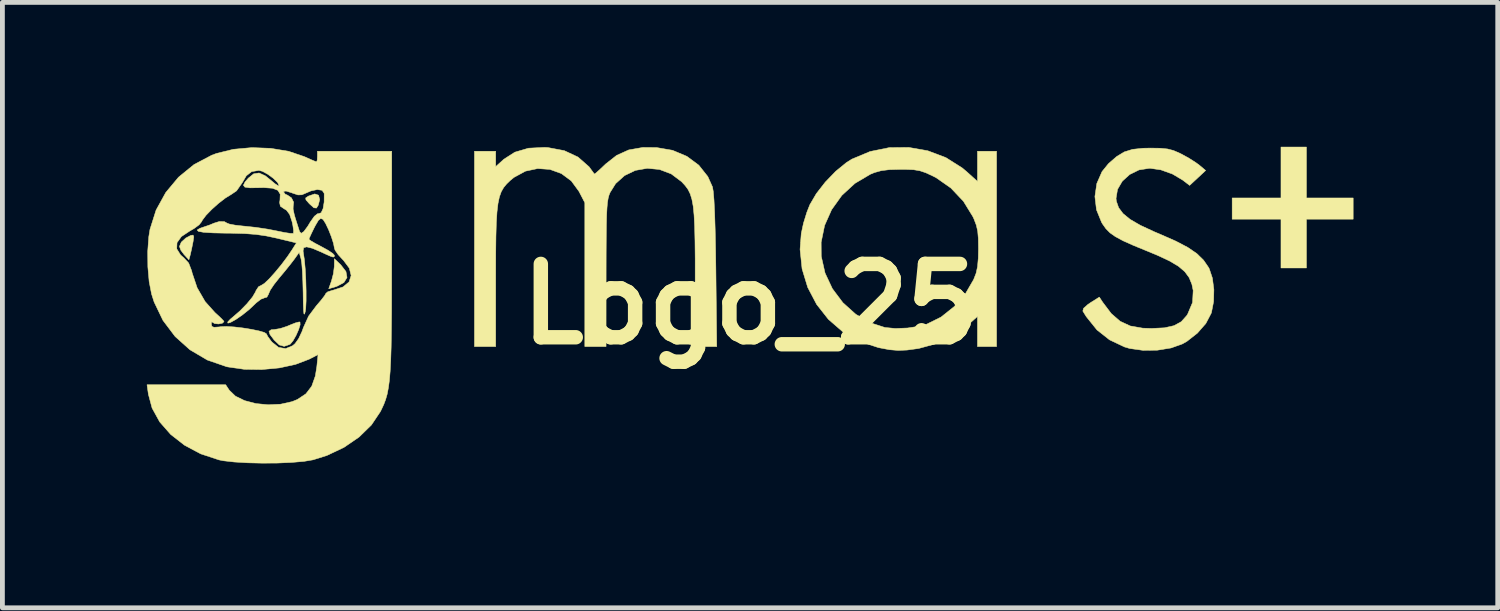
<source format=kicad_pcb>
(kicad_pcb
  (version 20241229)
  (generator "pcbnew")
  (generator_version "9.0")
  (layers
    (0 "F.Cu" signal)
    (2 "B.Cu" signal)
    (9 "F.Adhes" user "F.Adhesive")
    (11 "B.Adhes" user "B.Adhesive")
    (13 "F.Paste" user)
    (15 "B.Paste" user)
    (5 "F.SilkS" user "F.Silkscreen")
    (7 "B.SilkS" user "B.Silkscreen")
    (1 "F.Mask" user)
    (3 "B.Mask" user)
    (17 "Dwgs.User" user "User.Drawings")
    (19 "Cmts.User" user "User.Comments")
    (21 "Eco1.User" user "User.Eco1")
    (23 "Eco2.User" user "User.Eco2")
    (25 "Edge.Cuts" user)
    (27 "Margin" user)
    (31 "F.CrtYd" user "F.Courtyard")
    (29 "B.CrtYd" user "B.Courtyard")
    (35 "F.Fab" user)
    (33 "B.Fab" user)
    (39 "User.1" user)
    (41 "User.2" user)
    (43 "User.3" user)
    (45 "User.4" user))
  (footprint "Logo_25"
    (layer "F.Cu")
    (at 12.541 3.268)
    (property "Reference" "Logo_25" (at 0 0 0) (layer "F.SilkS") (effects (font (size 1.524 1.524) (thickness 0.3))))
    (attr through_hole)
    (fp_poly (pts (xy -8.972 -2.262) (xy -8.949 -2.171) (xy -8.979 -2.054) (xy -9.016 -1.995) (xy -9.07 -2.001) (xy -9.156 -2.078) (xy -9.169 -2.091) (xy -9.234 -2.165) (xy -9.24 -2.205) (xy -9.19 -2.239) (xy -9.179 -2.245) (xy -9.051 -2.289) (xy -8.972 -2.262)) (stroke (width 0.01) (type solid)) (fill yes) (layer "F.SilkS"))
    (fp_poly (pts (xy -8.511 -0.816) (xy -8.403 -0.676) (xy -8.381 -0.552) (xy -8.445 -0.448) (xy -8.592 -0.369) (xy -8.632 -0.356) (xy -8.761 -0.319) (xy -8.704 -0.479) (xy -8.664 -0.632) (xy -8.645 -0.783) (xy -8.645 -0.791) (xy -8.643 -0.943) (xy -8.511 -0.816)) (stroke (width 0.01) (type solid)) (fill yes) (layer "F.SilkS"))
    (fp_poly (pts (xy 11.553 -2.205) (xy 12.524 -2.205) (xy 12.524 -1.764) (xy 11.553 -1.764) (xy 11.553 -0.75) (xy 11.024 -0.75) (xy 11.024 -1.764) (xy 10.01 -1.764) (xy 10.01 -2.205) (xy 11.024 -2.205) (xy 11.024 -3.263) (xy 11.553 -3.263) (xy 11.553 -2.205)) (stroke (width 0.01) (type solid)) (fill yes) (layer "F.SilkS"))
    (fp_poly (pts (xy -11.565 -1.396) (xy -11.58 -1.293) (xy -11.581 -1.289) (xy -11.609 -1.15) (xy -11.636 -1.031) (xy -11.638 -1.023) (xy -11.666 -0.921) (xy -11.764 -1.026) (xy -11.833 -1.118) (xy -11.862 -1.197) (xy -11.862 -1.198) (xy -11.825 -1.286) (xy -11.73 -1.373) (xy -11.629 -1.426) (xy -11.579 -1.434) (xy -11.565 -1.396)) (stroke (width 0.01) (type solid)) (fill yes) (layer "F.SilkS"))
    (fp_poly (pts (xy -9.358 0.373) (xy -9.355 0.43) (xy -9.387 0.532) (xy -9.44 0.652) (xy -9.502 0.761) (xy -9.559 0.831) (xy -9.57 0.838) (xy -9.687 0.878) (xy -9.788 0.849) (xy -9.896 0.746) (xy -9.982 0.631) (xy -10.002 0.564) (xy -9.955 0.533) (xy -9.889 0.528) (xy -9.774 0.509) (xy -9.63 0.463) (xy -9.574 0.439) (xy -9.457 0.392) (xy -9.376 0.371) (xy -9.358 0.373)) (stroke (width 0.01) (type solid)) (fill yes) (layer "F.SilkS"))
    (fp_poly (pts (xy 3.687 -3.185) (xy 4.062 -3.043) (xy 4.401 -2.829) (xy 4.495 -2.75) (xy 4.718 -2.549) (xy 4.718 -3.175) (xy 5.115 -3.175) (xy 5.115 0.882) (xy 4.718 0.882) (xy 4.718 0.257) (xy 4.509 0.443) (xy 4.21 0.658) (xy 3.863 0.822) (xy 3.501 0.921) (xy 3.484 0.924) (xy 3.255 0.955) (xy 3.071 0.963) (xy 2.891 0.948) (xy 2.675 0.907) (xy 2.657 0.903) (xy 2.269 0.776) (xy 1.921 0.577) (xy 1.621 0.317) (xy 1.376 0.006) (xy 1.191 -0.347) (xy 1.074 -0.731) (xy 1.032 -1.136) (xy 1.043 -1.284) (xy 1.47 -1.284) (xy 1.472 -0.994) (xy 1.551 -0.645) (xy 1.704 -0.319) (xy 1.921 -0.03) (xy 2.189 0.211) (xy 2.498 0.39) (xy 2.794 0.486) (xy 3.011 0.507) (xy 3.266 0.497) (xy 3.516 0.459) (xy 3.662 0.418) (xy 3.961 0.27) (xy 4.237 0.05) (xy 4.472 -0.223) (xy 4.639 -0.511) (xy 4.69 -0.642) (xy 4.72 -0.781) (xy 4.735 -0.956) (xy 4.739 -1.147) (xy 4.736 -1.359) (xy 4.723 -1.514) (xy 4.694 -1.64) (xy 4.645 -1.769) (xy 4.622 -1.818) (xy 4.427 -2.135) (xy 4.166 -2.411) (xy 3.859 -2.626) (xy 3.798 -2.657) (xy 3.646 -2.728) (xy 3.521 -2.77) (xy 3.39 -2.792) (xy 3.219 -2.799) (xy 3.11 -2.799) (xy 2.885 -2.793) (xy 2.718 -2.772) (xy 2.579 -2.733) (xy 2.495 -2.699) (xy 2.172 -2.508) (xy 1.9 -2.258) (xy 1.688 -1.962) (xy 1.542 -1.634) (xy 1.47 -1.284) (xy 1.043 -1.284) (xy 1.057 -1.466) (xy 1.103 -1.68) (xy 1.173 -1.907) (xy 1.235 -2.064) (xy 1.37 -2.295) (xy 1.557 -2.535) (xy 1.772 -2.758) (xy 1.992 -2.938) (xy 2.109 -3.012) (xy 2.487 -3.17) (xy 2.885 -3.251) (xy 3.29 -3.255) (xy 3.687 -3.185)) (stroke (width 0.01) (type solid)) (fill yes) (layer "F.SilkS"))
    (fp_poly (pts (xy -4.206 -3.252) (xy -3.867 -3.188) (xy -3.582 -3.055) (xy -3.352 -2.853) (xy -3.241 -2.701) (xy -3.209 -2.724) (xy -3.13 -2.794) (xy -3.021 -2.897) (xy -3.009 -2.909) (xy -2.779 -3.09) (xy -2.528 -3.203) (xy -2.238 -3.254) (xy -1.954 -3.253) (xy -1.617 -3.195) (xy -1.32 -3.07) (xy -1.072 -2.886) (xy -0.885 -2.65) (xy -0.788 -2.435) (xy -0.771 -2.338) (xy -0.756 -2.158) (xy -0.743 -1.896) (xy -0.732 -1.549) (xy -0.723 -1.116) (xy -0.717 -0.695) (xy -0.699 0.882) (xy -1.147 0.882) (xy -1.147 -0.505) (xy -1.147 -0.949) (xy -1.151 -1.314) (xy -1.158 -1.61) (xy -1.17 -1.846) (xy -1.188 -2.031) (xy -1.215 -2.176) (xy -1.25 -2.289) (xy -1.295 -2.381) (xy -1.353 -2.46) (xy -1.423 -2.536) (xy -1.428 -2.542) (xy -1.645 -2.705) (xy -1.889 -2.797) (xy -2.142 -2.821) (xy -2.389 -2.778) (xy -2.613 -2.671) (xy -2.8 -2.503) (xy -2.916 -2.317) (xy -2.938 -2.262) (xy -2.955 -2.198) (xy -2.969 -2.114) (xy -2.979 -2.002) (xy -2.987 -1.851) (xy -2.992 -1.652) (xy -2.995 -1.394) (xy -2.997 -1.069) (xy -2.998 -0.666) (xy -2.998 -0.628) (xy -2.999 0.882) (xy -3.44 0.882) (xy -3.44 -2.107) (xy -3.562 -2.342) (xy -3.721 -2.559) (xy -3.927 -2.712) (xy -4.165 -2.798) (xy -4.419 -2.816) (xy -4.673 -2.762) (xy -4.911 -2.633) (xy -4.986 -2.572) (xy -5.063 -2.498) (xy -5.126 -2.422) (xy -5.176 -2.335) (xy -5.215 -2.227) (xy -5.244 -2.089) (xy -5.265 -1.912) (xy -5.279 -1.685) (xy -5.287 -1.401) (xy -5.291 -1.048) (xy -5.292 -0.618) (xy -5.292 -0.543) (xy -5.292 0.882) (xy -5.733 0.882) (xy -5.733 -3.175) (xy -5.292 -3.175) (xy -5.292 -2.856) (xy -5.122 -3.01) (xy -4.894 -3.156) (xy -4.611 -3.239) (xy -4.277 -3.256) (xy -4.206 -3.252)) (stroke (width 0.01) (type solid)) (fill yes) (layer "F.SilkS"))
    (fp_poly (pts (xy 8.518 -3.238) (xy 8.667 -3.223) (xy 8.79 -3.191) (xy 8.918 -3.136) (xy 8.952 -3.119) (xy 9.109 -3.033) (xy 9.255 -2.94) (xy 9.327 -2.887) (xy 9.459 -2.776) (xy 9.293 -2.621) (xy 9.126 -2.466) (xy 8.981 -2.577) (xy 8.77 -2.702) (xy 8.529 -2.789) (xy 8.301 -2.822) (xy 8.294 -2.822) (xy 8.075 -2.788) (xy 7.881 -2.693) (xy 7.727 -2.553) (xy 7.628 -2.383) (xy 7.597 -2.196) (xy 7.604 -2.137) (xy 7.651 -2.003) (xy 7.743 -1.88) (xy 7.89 -1.76) (xy 8.102 -1.637) (xy 8.386 -1.505) (xy 8.514 -1.451) (xy 8.837 -1.309) (xy 9.087 -1.178) (xy 9.276 -1.049) (xy 9.415 -0.913) (xy 9.519 -0.762) (xy 9.534 -0.734) (xy 9.599 -0.54) (xy 9.63 -0.301) (xy 9.624 -0.051) (xy 9.58 0.174) (xy 9.573 0.193) (xy 9.463 0.403) (xy 9.287 0.604) (xy 9.07 0.774) (xy 8.977 0.827) (xy 8.739 0.912) (xy 8.454 0.958) (xy 8.157 0.961) (xy 7.88 0.922) (xy 7.774 0.891) (xy 7.462 0.743) (xy 7.201 0.537) (xy 6.979 0.261) (xy 6.907 0.145) (xy 6.922 0.088) (xy 7.012 0.008) (xy 7.063 -0.027) (xy 7.25 -0.145) (xy 7.318 -0.041) (xy 7.497 0.196) (xy 7.682 0.357) (xy 7.893 0.455) (xy 8.151 0.5) (xy 8.334 0.506) (xy 8.603 0.493) (xy 8.803 0.448) (xy 8.952 0.366) (xy 9.066 0.239) (xy 9.086 0.207) (xy 9.187 -0.034) (xy 9.2 -0.282) (xy 9.173 -0.412) (xy 9.116 -0.551) (xy 9.026 -0.673) (xy 8.894 -0.786) (xy 8.707 -0.897) (xy 8.454 -1.015) (xy 8.239 -1.104) (xy 7.956 -1.22) (xy 7.744 -1.315) (xy 7.587 -1.399) (xy 7.472 -1.48) (xy 7.387 -1.566) (xy 7.316 -1.666) (xy 7.297 -1.698) (xy 7.191 -1.959) (xy 7.158 -2.235) (xy 7.198 -2.506) (xy 7.306 -2.752) (xy 7.439 -2.917) (xy 7.609 -3.065) (xy 7.767 -3.161) (xy 7.94 -3.215) (xy 8.156 -3.238) (xy 8.312 -3.241) (xy 8.518 -3.238)) (stroke (width 0.01) (type solid)) (fill yes) (layer "F.SilkS"))
    (fp_poly (pts (xy -9.966 -3.236) (xy -9.593 -3.174) (xy -9.268 -3.064) (xy -9.266 -3.063) (xy -9.137 -3.005) (xy -9.044 -2.966) (xy -9.013 -2.955) (xy -9 -2.992) (xy -8.996 -3.065) (xy -8.996 -3.175) (xy -7.452 -3.175) (xy -7.453 -0.871) (xy -7.454 -0.317) (xy -7.455 0.156) (xy -7.459 0.556) (xy -7.464 0.892) (xy -7.473 1.171) (xy -7.485 1.4) (xy -7.501 1.589) (xy -7.522 1.743) (xy -7.547 1.873) (xy -7.579 1.984) (xy -7.617 2.085) (xy -7.663 2.184) (xy -7.689 2.236) (xy -7.874 2.512) (xy -8.131 2.763) (xy -8.445 2.978) (xy -8.8 3.146) (xy -9.087 3.236) (xy -9.276 3.268) (xy -9.531 3.29) (xy -9.826 3.303) (xy -10.139 3.305) (xy -10.446 3.298) (xy -10.726 3.281) (xy -10.953 3.255) (xy -11.042 3.237) (xy -11.42 3.112) (xy -11.758 2.932) (xy -12.045 2.708) (xy -12.273 2.448) (xy -12.431 2.161) (xy -12.508 1.874) (xy -12.536 1.676) (xy -10.902 1.676) (xy -10.827 1.79) (xy -10.699 1.913) (xy -10.508 2.006) (xy -10.274 2.067) (xy -10.018 2.092) (xy -9.761 2.08) (xy -9.523 2.027) (xy -9.412 1.982) (xy -9.235 1.864) (xy -9.114 1.706) (xy -9.039 1.493) (xy -9.008 1.298) (xy -8.983 1.05) (xy -9.17 1.146) (xy -9.451 1.253) (xy -9.787 1.326) (xy -10.151 1.36) (xy -10.516 1.355) (xy -10.856 1.306) (xy -10.882 1.301) (xy -11.284 1.162) (xy -11.644 0.95) (xy -11.953 0.673) (xy -12.205 0.339) (xy -12.389 -0.044) (xy -12.442 -0.21) (xy -12.492 -0.467) (xy -12.519 -0.774) (xy -12.522 -1.096) (xy -12.518 -1.148) (xy -11.919 -1.148) (xy -11.839 -1.02) (xy -11.77 -0.96) (xy -11.671 -0.852) (xy -11.608 -0.689) (xy -11.599 -0.648) (xy -11.495 -0.339) (xy -11.329 -0.052) (xy -11.125 0.176) (xy -11.023 0.269) (xy -10.954 0.339) (xy -10.936 0.364) (xy -10.972 0.398) (xy -11.052 0.413) (xy -11.132 0.405) (xy -11.165 0.384) (xy -11.193 0.367) (xy -11.2 0.414) (xy -11.19 0.463) (xy -11.145 0.482) (xy -11.041 0.475) (xy -10.998 0.469) (xy -10.881 0.465) (xy -10.722 0.475) (xy -10.544 0.496) (xy -10.366 0.525) (xy -10.211 0.557) (xy -10.1 0.589) (xy -10.054 0.619) (xy -10.054 0.621) (xy -10.028 0.673) (xy -9.963 0.762) (xy -9.94 0.79) (xy -9.803 0.9) (xy -9.656 0.925) (xy -9.511 0.865) (xy -9.46 0.821) (xy -9.386 0.717) (xy -9.316 0.569) (xy -9.287 0.488) (xy -9.179 0.25) (xy -9.019 0.036) (xy -8.919 -0.081) (xy -8.847 -0.174) (xy -8.819 -0.223) (xy -8.781 -0.255) (xy -8.686 -0.285) (xy -8.665 -0.29) (xy -8.464 -0.356) (xy -8.339 -0.46) (xy -8.295 -0.593) (xy -8.333 -0.746) (xy -8.456 -0.911) (xy -8.467 -0.921) (xy -8.565 -1.028) (xy -8.629 -1.12) (xy -8.643 -1.162) (xy -8.661 -1.258) (xy -8.705 -1.396) (xy -8.764 -1.546) (xy -8.826 -1.676) (xy -8.878 -1.757) (xy -8.885 -1.763) (xy -8.928 -1.779) (xy -8.974 -1.742) (xy -9.035 -1.639) (xy -9.06 -1.592) (xy -9.121 -1.467) (xy -9.162 -1.377) (xy -9.172 -1.347) (xy -9.136 -1.317) (xy -9.041 -1.261) (xy -8.908 -1.191) (xy -8.908 -1.191) (xy -8.774 -1.117) (xy -8.679 -1.053) (xy -8.643 -1.014) (xy -8.647 -0.984) (xy -8.669 -0.976) (xy -8.727 -0.995) (xy -8.84 -1.045) (xy -8.914 -1.08) (xy -9.1 -1.159) (xy -9.22 -1.189) (xy -9.282 -1.171) (xy -9.294 -1.104) (xy -9.289 -1.069) (xy -9.267 -0.924) (xy -9.249 -0.726) (xy -9.237 -0.501) (xy -9.231 -0.272) (xy -9.231 -0.066) (xy -9.239 0.092) (xy -9.248 0.154) (xy -9.264 0.209) (xy -9.276 0.203) (xy -9.284 0.129) (xy -9.29 -0.02) (xy -9.293 -0.243) (xy -9.299 -0.471) (xy -9.308 -0.678) (xy -9.321 -0.841) (xy -9.336 -0.94) (xy -9.338 -0.945) (xy -9.375 -1.074) (xy -9.475 -0.934) (xy -9.555 -0.83) (xy -9.668 -0.689) (xy -9.791 -0.542) (xy -9.792 -0.541) (xy -9.897 -0.408) (xy -9.975 -0.292) (xy -10.009 -0.216) (xy -10.01 -0.209) (xy -10.046 -0.144) (xy -10.09 -0.132) (xy -10.169 -0.102) (xy -10.268 -0.026) (xy -10.299 0.004) (xy -10.418 0.116) (xy -10.557 0.227) (xy -10.693 0.321) (xy -10.804 0.382) (xy -10.856 0.396) (xy -10.86 0.373) (xy -10.806 0.314) (xy -10.76 0.276) (xy -10.603 0.14) (xy -10.459 -0.008) (xy -10.345 -0.147) (xy -10.279 -0.259) (xy -10.273 -0.279) (xy -10.219 -0.361) (xy -10.163 -0.389) (xy -10.098 -0.429) (xy -9.997 -0.525) (xy -9.874 -0.662) (xy -9.742 -0.822) (xy -9.616 -0.99) (xy -9.521 -1.131) (xy -9.433 -1.271) (xy -9.843 -1.37) (xy -10.058 -1.416) (xy -10.27 -1.447) (xy -10.507 -1.465) (xy -10.797 -1.473) (xy -10.881 -1.473) (xy -11.163 -1.479) (xy -11.359 -1.491) (xy -11.469 -1.511) (xy -11.495 -1.539) (xy -11.438 -1.574) (xy -11.351 -1.604) (xy -11.231 -1.645) (xy -11.146 -1.681) (xy -11.036 -1.715) (xy -10.931 -1.714) (xy -10.874 -1.682) (xy -10.822 -1.662) (xy -10.705 -1.64) (xy -10.545 -1.622) (xy -10.502 -1.618) (xy -10.277 -1.594) (xy -10.031 -1.557) (xy -9.836 -1.519) (xy -9.68 -1.487) (xy -9.559 -1.469) (xy -9.497 -1.469) (xy -9.495 -1.471) (xy -9.491 -1.524) (xy -9.506 -1.633) (xy -9.523 -1.712) (xy -9.573 -1.863) (xy -9.639 -1.951) (xy -9.688 -1.98) (xy -9.766 -2.033) (xy -9.782 -2.11) (xy -9.774 -2.16) (xy -9.769 -2.283) (xy -9.799 -2.333) (xy -9.701 -2.333) (xy -9.665 -2.284) (xy -9.615 -2.262) (xy -9.535 -2.207) (xy -9.49 -2.117) (xy -9.499 -2.034) (xy -9.501 -1.973) (xy -9.477 -1.86) (xy -9.454 -1.78) (xy -9.411 -1.645) (xy -9.377 -1.54) (xy -9.367 -1.508) (xy -9.334 -1.47) (xy -9.279 -1.506) (xy -9.196 -1.618) (xy -9.145 -1.703) (xy -9.059 -1.825) (xy -8.99 -1.879) (xy -8.969 -1.878) (xy -8.918 -1.898) (xy -8.878 -1.985) (xy -8.856 -2.12) (xy -8.855 -2.283) (xy -8.857 -2.304) (xy -8.899 -2.364) (xy -8.998 -2.38) (xy -9.132 -2.351) (xy -9.222 -2.312) (xy -9.318 -2.271) (xy -9.4 -2.268) (xy -9.512 -2.305) (xy -9.529 -2.312) (xy -9.648 -2.349) (xy -9.7 -2.341) (xy -9.701 -2.333) (xy -9.799 -2.333) (xy -9.817 -2.363) (xy -9.928 -2.407) (xy -10.11 -2.42) (xy -10.215 -2.418) (xy -10.399 -2.415) (xy -10.503 -2.43) (xy -10.534 -2.469) (xy -10.498 -2.54) (xy -10.431 -2.617) (xy -10.32 -2.707) (xy -10.208 -2.724) (xy -10.08 -2.666) (xy -9.966 -2.575) (xy -9.87 -2.495) (xy -9.806 -2.456) (xy -9.79 -2.46) (xy -9.825 -2.528) (xy -9.913 -2.614) (xy -10.026 -2.697) (xy -10.139 -2.759) (xy -10.213 -2.778) (xy -10.363 -2.752) (xy -10.474 -2.665) (xy -10.557 -2.523) (xy -10.676 -2.353) (xy -10.788 -2.277) (xy -10.909 -2.203) (xy -11.051 -2.093) (xy -11.192 -1.967) (xy -11.311 -1.844) (xy -11.387 -1.743) (xy -11.401 -1.714) (xy -11.453 -1.648) (xy -11.56 -1.569) (xy -11.647 -1.519) (xy -11.822 -1.403) (xy -11.913 -1.277) (xy -11.919 -1.148) (xy -12.518 -1.148) (xy -12.5 -1.396) (xy -12.475 -1.552) (xy -12.348 -1.953) (xy -12.147 -2.318) (xy -11.881 -2.637) (xy -11.56 -2.899) (xy -11.192 -3.093) (xy -11.093 -3.13) (xy -10.743 -3.216) (xy -10.359 -3.251) (xy -9.966 -3.236)) (stroke (width 0.01) (type solid)) (fill yes) (layer "F.SilkS")))
  (gr_rect
    (start -3 -3)
    (end 28.069 9.579)
    (stroke (width 0.1) (type default))
    (fill no)
    (layer "Edge.Cuts")))
</source>
